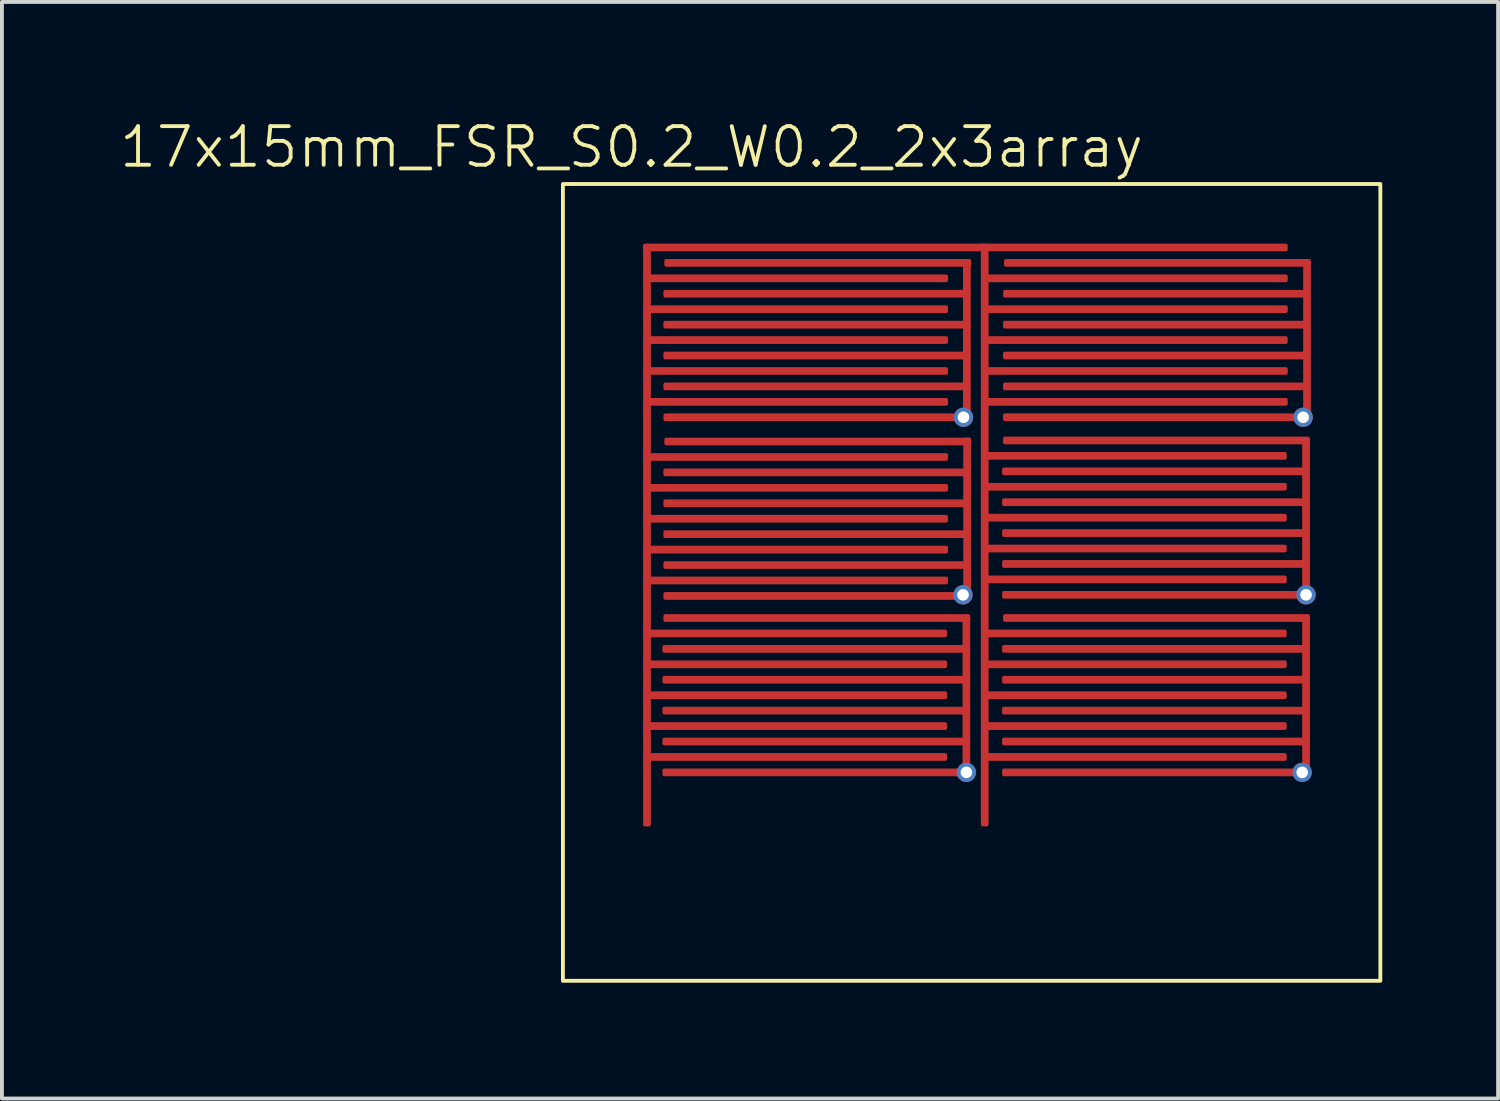
<source format=kicad_pcb>
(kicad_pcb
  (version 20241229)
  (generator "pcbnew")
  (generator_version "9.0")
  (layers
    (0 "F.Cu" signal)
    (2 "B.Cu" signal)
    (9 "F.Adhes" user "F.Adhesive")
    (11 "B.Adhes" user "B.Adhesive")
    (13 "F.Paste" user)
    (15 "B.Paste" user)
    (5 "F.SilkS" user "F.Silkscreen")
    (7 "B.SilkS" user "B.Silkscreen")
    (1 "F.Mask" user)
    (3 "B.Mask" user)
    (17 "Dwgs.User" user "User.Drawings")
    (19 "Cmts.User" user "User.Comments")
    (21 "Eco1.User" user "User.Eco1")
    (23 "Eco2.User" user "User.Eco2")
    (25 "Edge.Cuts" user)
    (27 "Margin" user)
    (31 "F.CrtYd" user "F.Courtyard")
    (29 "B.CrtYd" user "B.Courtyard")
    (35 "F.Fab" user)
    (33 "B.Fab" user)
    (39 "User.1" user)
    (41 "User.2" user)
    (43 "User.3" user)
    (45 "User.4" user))
  (footprint "17x15mm_FSR_S0.2_W0.2_2x3array"
    (layer "F.Cu")
    (at 13.712 3.361)
    (property "Reference" "17x15mm_FSR_S0.2_W0.2_2x3array" (at -0.4 -2.6 0) (unlocked yes) (layer "F.SilkS") (effects (font (size 1 1) (thickness 0.1))))
    (attr smd)
    (fp_rect (start -2.178 -1.644) (end 19 19) (stroke (width 0.1) (type default)) (fill no) (layer "F.SilkS"))
    (fp_rect (start 0 0) (end 17 15) (stroke (width 0.1) (type default)) (fill no) (layer "User.1"))
    (pad "1" smd roundrect (at 0 7.472) (size 0.2 15.056) (layers "F.Cu" "F.Mask" "F.Paste") (roundrect_rratio 0.25))
    (pad "1" smd roundrect (at 3.85 10) (size 7.85 0.2) (layers "F.Cu" "F.Mask" "F.Paste") (roundrect_rratio 0.25))
    (pad "1" smd roundrect (at 3.85 10.8) (size 7.85 0.2) (layers "F.Cu" "F.Mask" "F.Paste") (roundrect_rratio 0.25))
    (pad "1" smd roundrect (at 3.85 11.6) (size 7.85 0.2) (layers "F.Cu" "F.Mask" "F.Paste") (roundrect_rratio 0.25))
    (pad "1" smd roundrect (at 3.85 12.4) (size 7.85 0.2) (layers "F.Cu" "F.Mask" "F.Paste") (roundrect_rratio 0.25))
    (pad "1" smd roundrect (at 3.85 13.2) (size 7.85 0.2) (layers "F.Cu" "F.Mask" "F.Paste") (roundrect_rratio 0.25))
    (pad "1" smd roundrect (at 3.875 0.8) (size 7.85 0.2) (layers "F.Cu" "F.Mask" "F.Paste") (roundrect_rratio 0.25))
    (pad "1" smd roundrect (at 3.875 1.6) (size 7.85 0.2) (layers "F.Cu" "F.Mask" "F.Paste") (roundrect_rratio 0.25))
    (pad "1" smd roundrect (at 3.875 2.4) (size 7.85 0.2) (layers "F.Cu" "F.Mask" "F.Paste") (roundrect_rratio 0.25))
    (pad "1" smd roundrect (at 3.875 3.2) (size 7.85 0.2) (layers "F.Cu" "F.Mask" "F.Paste") (roundrect_rratio 0.25))
    (pad "1" smd roundrect (at 3.875 4) (size 7.85 0.2) (layers "F.Cu" "F.Mask" "F.Paste") (roundrect_rratio 0.25))
    (pad "1" smd roundrect (at 3.875 5.428) (size 7.85 0.2) (layers "F.Cu" "F.Mask" "F.Paste") (roundrect_rratio 0.25))
    (pad "1" smd roundrect (at 3.875 6.228) (size 7.85 0.2) (layers "F.Cu" "F.Mask" "F.Paste") (roundrect_rratio 0.25))
    (pad "1" smd roundrect (at 3.875 7.028) (size 7.85 0.2) (layers "F.Cu" "F.Mask" "F.Paste") (roundrect_rratio 0.25))
    (pad "1" smd roundrect (at 3.875 7.828) (size 7.85 0.2) (layers "F.Cu" "F.Mask" "F.Paste") (roundrect_rratio 0.25))
    (pad "1" smd roundrect (at 3.875 8.628) (size 7.85 0.2) (layers "F.Cu" "F.Mask" "F.Paste") (roundrect_rratio 0.25))
    (pad "1" smd roundrect (at 4.35 0) (size 8.9 0.2) (layers "F.Cu" "F.Mask" "F.Paste") (roundrect_rratio 0.25))
    (pad "1" smd roundrect (at 8.75 7.472) (size 0.2 15.056) (layers "F.Cu" "F.Mask" "F.Paste") (roundrect_rratio 0.25))
    (pad "1" smd roundrect (at 12.625 0) (size 7.95 0.2) (layers "F.Cu" "F.Mask" "F.Paste") (roundrect_rratio 0.25))
    (pad "1" smd roundrect (at 12.65 5.4) (size 7.85 0.2) (layers "F.Cu" "F.Mask" "F.Paste") (roundrect_rratio 0.25))
    (pad "1" smd roundrect (at 12.65 6.2) (size 7.85 0.2) (layers "F.Cu" "F.Mask" "F.Paste") (roundrect_rratio 0.25))
    (pad "1" smd roundrect (at 12.65 7) (size 7.85 0.2) (layers "F.Cu" "F.Mask" "F.Paste") (roundrect_rratio 0.25))
    (pad "1" smd roundrect (at 12.65 7.8) (size 7.85 0.2) (layers "F.Cu" "F.Mask" "F.Paste") (roundrect_rratio 0.25))
    (pad "1" smd roundrect (at 12.65 8.6) (size 7.85 0.2) (layers "F.Cu" "F.Mask" "F.Paste") (roundrect_rratio 0.25))
    (pad "1" smd roundrect (at 12.65 10) (size 7.85 0.2) (layers "F.Cu" "F.Mask" "F.Paste") (roundrect_rratio 0.25))
    (pad "1" smd roundrect (at 12.65 10.8) (size 7.85 0.2) (layers "F.Cu" "F.Mask" "F.Paste") (roundrect_rratio 0.25))
    (pad "1" smd roundrect (at 12.65 11.6) (size 7.85 0.2) (layers "F.Cu" "F.Mask" "F.Paste") (roundrect_rratio 0.25))
    (pad "1" smd roundrect (at 12.65 12.4) (size 7.85 0.2) (layers "F.Cu" "F.Mask" "F.Paste") (roundrect_rratio 0.25))
    (pad "1" smd roundrect (at 12.65 13.2) (size 7.85 0.2) (layers "F.Cu" "F.Mask" "F.Paste") (roundrect_rratio 0.25))
    (pad "1" smd roundrect (at 12.675 0.8) (size 7.85 0.2) (layers "F.Cu" "F.Mask" "F.Paste") (roundrect_rratio 0.25))
    (pad "1" smd roundrect (at 12.675 1.6) (size 7.85 0.2) (layers "F.Cu" "F.Mask" "F.Paste") (roundrect_rratio 0.25))
    (pad "1" smd roundrect (at 12.675 2.4) (size 7.85 0.2) (layers "F.Cu" "F.Mask" "F.Paste") (roundrect_rratio 0.25))
    (pad "1" smd roundrect (at 12.675 3.2) (size 7.85 0.2) (layers "F.Cu" "F.Mask" "F.Paste") (roundrect_rratio 0.25))
    (pad "1" smd roundrect (at 12.675 4) (size 7.85 0.2) (layers "F.Cu" "F.Mask" "F.Paste") (roundrect_rratio 0.25))
    (pad "2" smd roundrect (at 4.4 1.2) (size 7.95 0.2) (layers "F.Cu" "F.Mask" "F.Paste") (roundrect_rratio 0.25))
    (pad "2" smd roundrect (at 4.4 2) (size 7.95 0.2) (layers "F.Cu" "F.Mask" "F.Paste") (roundrect_rratio 0.25))
    (pad "2" smd roundrect (at 4.4 2.8) (size 7.95 0.2) (layers "F.Cu" "F.Mask" "F.Paste") (roundrect_rratio 0.25))
    (pad "2" smd roundrect (at 4.4 3.6) (size 7.95 0.2) (layers "F.Cu" "F.Mask" "F.Paste") (roundrect_rratio 0.25))
    (pad "2" smd roundrect (at 4.4 4.4) (size 7.95 0.2) (layers "F.Cu" "F.Mask" "F.Paste") (roundrect_rratio 0.25))
    (pad "2" smd roundrect (at 4.425 0.4) (size 7.95 0.2) (layers "F.Cu" "F.Mask" "F.Paste") (roundrect_rratio 0.25))
    (pad "2" thru_hole circle (at 8.2 4.4) (size 0.5 0.5) (drill 0.3) (layers "*.Cu" "*.Mask"))
    (pad "2" smd roundrect (at 8.287 2.422) (size 0.2 4.156) (layers "F.Cu" "F.Mask" "F.Paste") (roundrect_rratio 0.25))
    (pad "3" smd roundrect (at 13.2 1.2) (size 7.95 0.2) (layers "F.Cu" "F.Mask" "F.Paste") (roundrect_rratio 0.25))
    (pad "3" smd roundrect (at 13.2 2) (size 7.95 0.2) (layers "F.Cu" "F.Mask" "F.Paste") (roundrect_rratio 0.25))
    (pad "3" smd roundrect (at 13.2 2.8) (size 7.95 0.2) (layers "F.Cu" "F.Mask" "F.Paste") (roundrect_rratio 0.25))
    (pad "3" smd roundrect (at 13.2 3.6) (size 7.95 0.2) (layers "F.Cu" "F.Mask" "F.Paste") (roundrect_rratio 0.25))
    (pad "3" smd roundrect (at 13.213 4.4) (size 7.975 0.2) (layers "F.Cu" "F.Mask" "F.Paste") (roundrect_rratio 0.25))
    (pad "3" smd roundrect (at 13.225 0.4) (size 7.95 0.2) (layers "F.Cu" "F.Mask" "F.Paste") (roundrect_rratio 0.25))
    (pad "3" thru_hole circle (at 17 4.4) (size 0.5 0.5) (drill 0.3) (layers "*.Cu" "*.Mask"))
    (pad "3" smd roundrect (at 17.1 2.372) (size 0.2 4.056) (layers "F.Cu" "F.Mask" "F.Paste") (roundrect_rratio 0.25))
    (pad "4" smd roundrect (at 4.4 5.828) (size 7.95 0.2) (layers "F.Cu" "F.Mask" "F.Paste") (roundrect_rratio 0.25))
    (pad "4" smd roundrect (at 4.4 6.628) (size 7.95 0.2) (layers "F.Cu" "F.Mask" "F.Paste") (roundrect_rratio 0.25))
    (pad "4" smd roundrect (at 4.4 7.428) (size 7.95 0.2) (layers "F.Cu" "F.Mask" "F.Paste") (roundrect_rratio 0.25))
    (pad "4" smd roundrect (at 4.4 8.228) (size 7.95 0.2) (layers "F.Cu" "F.Mask" "F.Paste") (roundrect_rratio 0.25))
    (pad "4" smd roundrect (at 4.4 9.028) (size 7.95 0.2) (layers "F.Cu" "F.Mask" "F.Paste") (roundrect_rratio 0.25))
    (pad "4" smd roundrect (at 4.425 5.028) (size 7.95 0.2) (layers "F.Cu" "F.Mask" "F.Paste") (roundrect_rratio 0.25))
    (pad "4" thru_hole circle (at 8.188 9) (size 0.5 0.5) (drill 0.3) (layers "*.Cu" "*.Mask"))
    (pad "4" smd roundrect (at 8.294 7.028) (size 0.2 4.2) (layers "F.Cu" "F.Mask" "F.Paste") (roundrect_rratio 0.25))
    (pad "5" smd roundrect (at 13.175 5.8) (size 7.95 0.2) (layers "F.Cu" "F.Mask" "F.Paste") (roundrect_rratio 0.25))
    (pad "5" smd roundrect (at 13.175 6.6) (size 7.95 0.2) (layers "F.Cu" "F.Mask" "F.Paste") (roundrect_rratio 0.25))
    (pad "5" smd roundrect (at 13.175 7.4) (size 7.95 0.2) (layers "F.Cu" "F.Mask" "F.Paste") (roundrect_rratio 0.25))
    (pad "5" smd roundrect (at 13.175 8.2) (size 7.95 0.2) (layers "F.Cu" "F.Mask" "F.Paste") (roundrect_rratio 0.25))
    (pad "5" smd roundrect (at 13.175 9) (size 7.95 0.2) (layers "F.Cu" "F.Mask" "F.Paste") (roundrect_rratio 0.25))
    (pad "5" smd roundrect (at 13.2 5) (size 7.95 0.2) (layers "F.Cu" "F.Mask" "F.Paste") (roundrect_rratio 0.25))
    (pad "5" smd roundrect (at 17.075 6.972) (size 0.2 4.056) (layers "F.Cu" "F.Mask" "F.Paste") (roundrect_rratio 0.25))
    (pad "5" thru_hole circle (at 17.075 9) (size 0.5 0.5) (drill 0.3) (layers "*.Cu" "*.Mask"))
    (pad "6" smd roundrect (at 4.375 10.4) (size 7.95 0.2) (layers "F.Cu" "F.Mask" "F.Paste") (roundrect_rratio 0.25))
    (pad "6" smd roundrect (at 4.375 11.2) (size 7.95 0.2) (layers "F.Cu" "F.Mask" "F.Paste") (roundrect_rratio 0.25))
    (pad "6" smd roundrect (at 4.375 12) (size 7.95 0.2) (layers "F.Cu" "F.Mask" "F.Paste") (roundrect_rratio 0.25))
    (pad "6" smd roundrect (at 4.375 12.8) (size 7.95 0.2) (layers "F.Cu" "F.Mask" "F.Paste") (roundrect_rratio 0.25))
    (pad "6" smd roundrect (at 4.375 13.6) (size 7.95 0.2) (layers "F.Cu" "F.Mask" "F.Paste") (roundrect_rratio 0.25))
    (pad "6" smd roundrect (at 4.4 9.6) (size 7.95 0.2) (layers "F.Cu" "F.Mask" "F.Paste") (roundrect_rratio 0.25))
    (pad "6" smd roundrect (at 8.275 11.572) (size 0.2 4.056) (layers "F.Cu" "F.Mask" "F.Paste") (roundrect_rratio 0.25))
    (pad "6" thru_hole circle (at 8.275 13.6) (size 0.5 0.5) (drill 0.3) (layers "*.Cu" "*.Mask"))
    (pad "7" smd roundrect (at 13.175 10.4) (size 7.95 0.2) (layers "F.Cu" "F.Mask" "F.Paste") (roundrect_rratio 0.25))
    (pad "7" smd roundrect (at 13.175 11.2) (size 7.95 0.2) (layers "F.Cu" "F.Mask" "F.Paste") (roundrect_rratio 0.25))
    (pad "7" smd roundrect (at 13.175 12) (size 7.95 0.2) (layers "F.Cu" "F.Mask" "F.Paste") (roundrect_rratio 0.25))
    (pad "7" smd roundrect (at 13.175 12.8) (size 7.95 0.2) (layers "F.Cu" "F.Mask" "F.Paste") (roundrect_rratio 0.25))
    (pad "7" smd roundrect (at 13.175 13.6) (size 7.95 0.2) (layers "F.Cu" "F.Mask" "F.Paste") (roundrect_rratio 0.25))
    (pad "7" smd roundrect (at 13.2 9.6) (size 7.95 0.2) (layers "F.Cu" "F.Mask" "F.Paste") (roundrect_rratio 0.25))
    (pad "7" thru_hole circle (at 16.975 13.6) (size 0.5 0.5) (drill 0.3) (layers "*.Cu" "*.Mask"))
    (pad "7" smd roundrect (at 17.075 11.572) (size 0.2 4.056) (layers "F.Cu" "F.Mask" "F.Paste") (roundrect_rratio 0.25)))
  (gr_rect
    (start -3 -3)
    (end 35.762 25.41)
    (stroke (width 0.1) (type default))
    (fill no)
    (layer "Edge.Cuts")))
</source>
